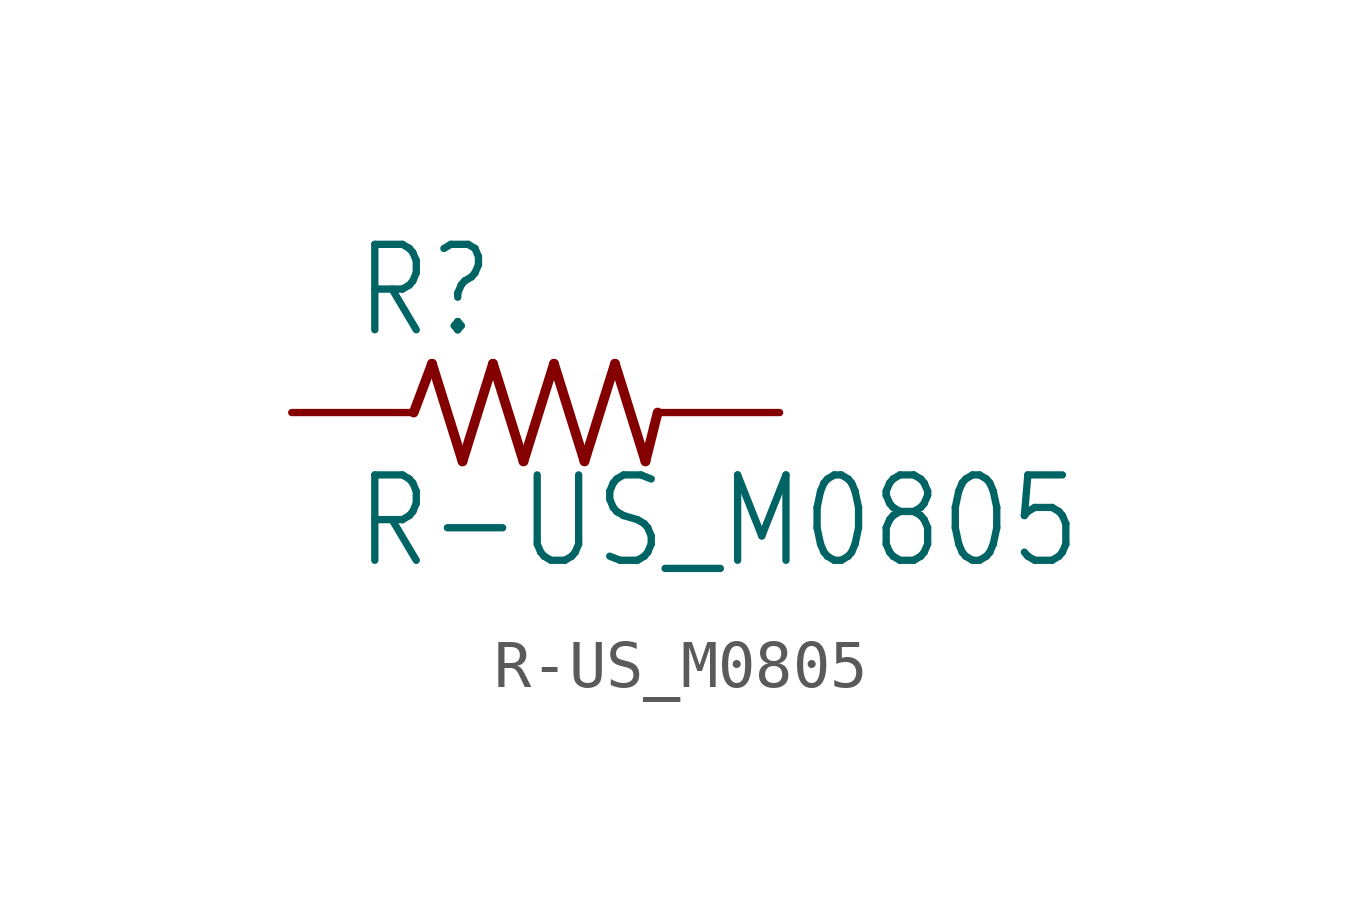
<source format=kicad_sym>
(kicad_symbol_lib
  (version 20211014)
  (generator kicad_symbol_editor)
  (symbol "R-US_M0805"
    (property "Reference" "R"
      (at -3.81 1.499 0)
      (effects (font (size 1.778 1.511)) (justify left bottom)))
    (property "Value" "R-US_M0805"
      (at -3.81 -3.302 0)
      (effects (font (size 1.778 1.511)) (justify left bottom)))
    (property "ki_locked" ""
      (at 0 0 0)
      (effects (font (size 1.27 1.27))))
    (symbol "R-US_M0805_1_0"
      (polyline (pts (xy -2.54 0) (xy -2.159 1.016)) (stroke (width 0.203) (type default) (color 0 0 0 0)) (fill (type none)))
      (polyline (pts (xy -2.159 1.016) (xy -1.524 -1.016)) (stroke (width 0.203) (type default) (color 0 0 0 0)) (fill (type none)))
      (polyline (pts (xy -1.524 -1.016) (xy -0.889 1.016)) (stroke (width 0.203) (type default) (color 0 0 0 0)) (fill (type none)))
      (polyline (pts (xy -0.889 1.016) (xy -0.254 -1.016)) (stroke (width 0.203) (type default) (color 0 0 0 0)) (fill (type none)))
      (polyline (pts (xy -0.254 -1.016) (xy 0.381 1.016)) (stroke (width 0.203) (type default) (color 0 0 0 0)) (fill (type none)))
      (polyline (pts (xy 0.381 1.016) (xy 1.016 -1.016)) (stroke (width 0.203) (type default) (color 0 0 0 0)) (fill (type none)))
      (polyline (pts (xy 1.016 -1.016) (xy 1.651 1.016)) (stroke (width 0.203) (type default) (color 0 0 0 0)) (fill (type none)))
      (polyline (pts (xy 1.651 1.016) (xy 2.286 -1.016)) (stroke (width 0.203) (type default) (color 0 0 0 0)) (fill (type none)))
      (polyline (pts (xy 2.286 -1.016) (xy 2.54 0)) (stroke (width 0.203) (type default) (color 0 0 0 0)) (fill (type none)))
      (pin passive line (at -5.08 0 0) (length 2.54) (name "1" (effects (font (size 0 0)))) (number "1" (effects (font (size 0 0)))))
      (pin passive line (at 5.08 0 180) (length 2.54) (name "2" (effects (font (size 0 0)))) (number "2" (effects (font (size 0 0))))))))
</source>
